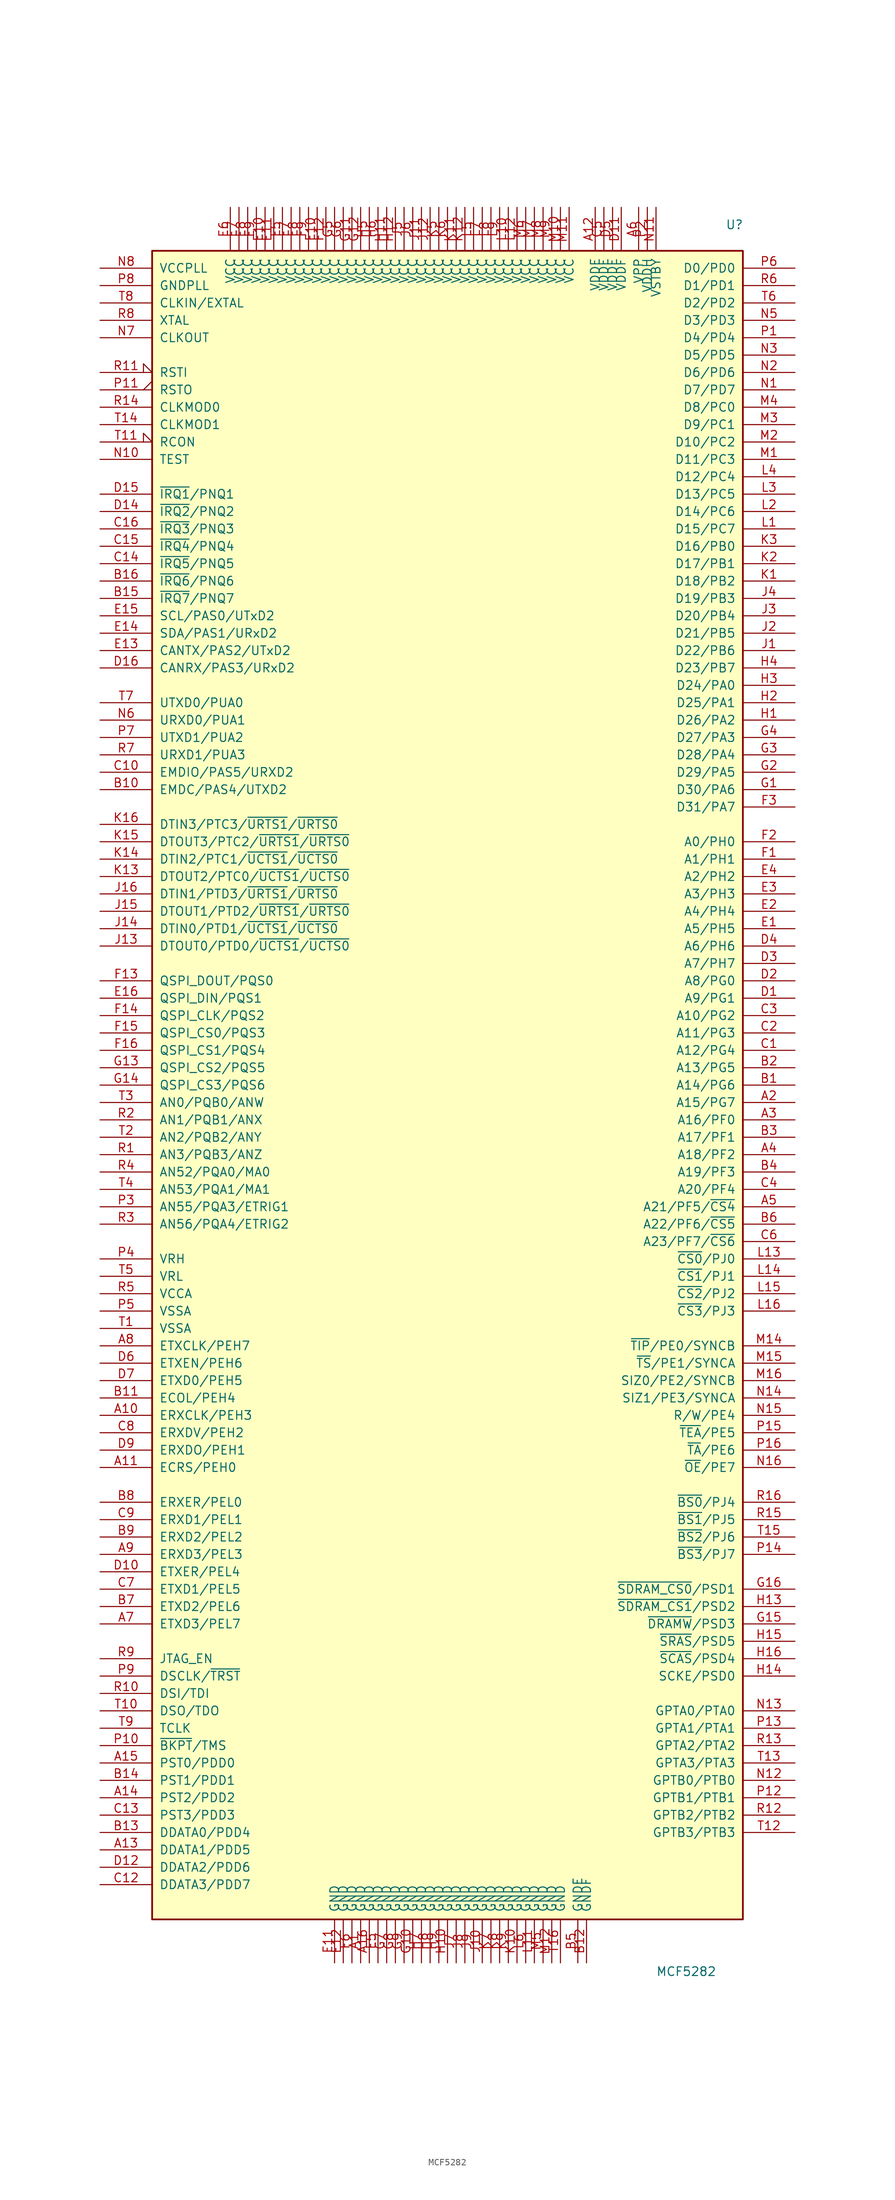
<source format=kicad_sym>
(kicad_symbol_lib
  (version 20211014)
  (generator kicad_symbol_editor)
  (symbol "MCF5282"
    (pin_names
      (offset 1.016))
    (property "Reference" "U"
      (at 40.64 125.73 0)
      (effects (font (size 1.27 1.27)) (justify left)))
    (property "Value" "MCF5282"
      (at 30.48 -129.54 0)
      (effects (font (size 1.27 1.27)) (justify left)))
    (symbol "MCF5282_0_1"
      (rectangle (start -43.18 121.92) (end 43.18 -121.92) (stroke (width 0.254) (type default) (color 0 0 0 0)) (fill (type background))))
    (symbol "MCF5282_1_1"
      (pin power_in line (at -12.7 -128.27 90) (length 6.35) (name "GND" (effects (font (size 1.27 1.27)))) (number "A1" (effects (font (size 1.27 1.27)))))
      (pin bidirectional line (at -50.8 -48.26 0) (length 7.62) (name "ERXCLK/PEH3" (effects (font (size 1.27 1.27)))) (number "A10" (effects (font (size 1.27 1.27)))))
      (pin bidirectional line (at -50.8 -55.88 0) (length 7.62) (name "ECRS/PEH0" (effects (font (size 1.27 1.27)))) (number "A11" (effects (font (size 1.27 1.27)))))
      (pin power_in line (at 21.59 128.27 270) (length 6.35) (name "VDDF" (effects (font (size 1.27 1.27)))) (number "A12" (effects (font (size 1.27 1.27)))))
      (pin output line (at -50.8 -111.76 0) (length 7.62) (name "DDATA1/PDD5" (effects (font (size 1.27 1.27)))) (number "A13" (effects (font (size 1.27 1.27)))))
      (pin output line (at -50.8 -104.14 0) (length 7.62) (name "PST2/PDD2" (effects (font (size 1.27 1.27)))) (number "A14" (effects (font (size 1.27 1.27)))))
      (pin output line (at -50.8 -99.06 0) (length 7.62) (name "PST0/PDD0" (effects (font (size 1.27 1.27)))) (number "A15" (effects (font (size 1.27 1.27)))))
      (pin power_in line (at -11.43 -128.27 90) (length 6.35) (name "GND" (effects (font (size 1.27 1.27)))) (number "A16" (effects (font (size 1.27 1.27)))))
      (pin bidirectional line (at 50.8 -2.54 180) (length 7.62) (name "A15/PG7" (effects (font (size 1.27 1.27)))) (number "A2" (effects (font (size 1.27 1.27)))))
      (pin bidirectional line (at 50.8 -5.08 180) (length 7.62) (name "A16/PF0" (effects (font (size 1.27 1.27)))) (number "A3" (effects (font (size 1.27 1.27)))))
      (pin bidirectional line (at 50.8 -10.16 180) (length 7.62) (name "A18/PF2" (effects (font (size 1.27 1.27)))) (number "A4" (effects (font (size 1.27 1.27)))))
      (pin bidirectional line (at 50.8 -17.78 180) (length 7.62) (name "A21/PF5/~{CS4}" (effects (font (size 1.27 1.27)))) (number "A5" (effects (font (size 1.27 1.27)))))
      (pin power_in line (at 27.94 128.27 270) (length 6.35) (name "VPP" (effects (font (size 1.27 1.27)))) (number "A6" (effects (font (size 1.27 1.27)))))
      (pin bidirectional line (at -50.8 -78.74 0) (length 7.62) (name "ETXD3/PEL7" (effects (font (size 1.27 1.27)))) (number "A7" (effects (font (size 1.27 1.27)))))
      (pin bidirectional line (at -50.8 -38.1 0) (length 7.62) (name "ETXCLK/PEH7" (effects (font (size 1.27 1.27)))) (number "A8" (effects (font (size 1.27 1.27)))))
      (pin bidirectional line (at -50.8 -68.58 0) (length 7.62) (name "ERXD3/PEL3" (effects (font (size 1.27 1.27)))) (number "A9" (effects (font (size 1.27 1.27)))))
      (pin bidirectional line (at 50.8 0 180) (length 7.62) (name "A14/PG6" (effects (font (size 1.27 1.27)))) (number "B1" (effects (font (size 1.27 1.27)))))
      (pin input line (at -50.8 43.18 0) (length 7.62) (name "EMDC/PAS4/UTXD2" (effects (font (size 1.27 1.27)))) (number "B10" (effects (font (size 1.27 1.27)))))
      (pin bidirectional line (at -50.8 -45.72 0) (length 7.62) (name "ECOL/PEH4" (effects (font (size 1.27 1.27)))) (number "B11" (effects (font (size 1.27 1.27)))))
      (pin power_in line (at 20.32 -128.27 90) (length 6.35) (name "GNDF" (effects (font (size 1.27 1.27)))) (number "B12" (effects (font (size 1.27 1.27)))))
      (pin output line (at -50.8 -109.22 0) (length 7.62) (name "DDATA0/PDD4" (effects (font (size 1.27 1.27)))) (number "B13" (effects (font (size 1.27 1.27)))))
      (pin output line (at -50.8 -101.6 0) (length 7.62) (name "PST1/PDD1" (effects (font (size 1.27 1.27)))) (number "B14" (effects (font (size 1.27 1.27)))))
      (pin bidirectional line (at -50.8 71.12 0) (length 7.62) (name "~{IRQ7}/PNQ7" (effects (font (size 1.27 1.27)))) (number "B15" (effects (font (size 1.27 1.27)))))
      (pin bidirectional line (at -50.8 73.66 0) (length 7.62) (name "~{IRQ6}/PNQ6" (effects (font (size 1.27 1.27)))) (number "B16" (effects (font (size 1.27 1.27)))))
      (pin bidirectional line (at 50.8 2.54 180) (length 7.62) (name "A13/PG5" (effects (font (size 1.27 1.27)))) (number "B2" (effects (font (size 1.27 1.27)))))
      (pin bidirectional line (at 50.8 -7.62 180) (length 7.62) (name "A17/PF1" (effects (font (size 1.27 1.27)))) (number "B3" (effects (font (size 1.27 1.27)))))
      (pin bidirectional line (at 50.8 -12.7 180) (length 7.62) (name "A19/PF3" (effects (font (size 1.27 1.27)))) (number "B4" (effects (font (size 1.27 1.27)))))
      (pin passive line (at 19.05 -128.27 90) (length 6.35) (name "GNDF" (effects (font (size 1.27 1.27)))) (number "B5" (effects (font (size 1.27 1.27)))))
      (pin bidirectional line (at 50.8 -20.32 180) (length 7.62) (name "A22/PF6/~{CS5}" (effects (font (size 1.27 1.27)))) (number "B6" (effects (font (size 1.27 1.27)))))
      (pin bidirectional line (at -50.8 -76.2 0) (length 7.62) (name "ETXD2/PEL6" (effects (font (size 1.27 1.27)))) (number "B7" (effects (font (size 1.27 1.27)))))
      (pin bidirectional line (at -50.8 -60.96 0) (length 7.62) (name "ERXER/PEL0" (effects (font (size 1.27 1.27)))) (number "B8" (effects (font (size 1.27 1.27)))))
      (pin bidirectional line (at -50.8 -66.04 0) (length 7.62) (name "ERXD2/PEL2" (effects (font (size 1.27 1.27)))) (number "B9" (effects (font (size 1.27 1.27)))))
      (pin bidirectional line (at 50.8 5.08 180) (length 7.62) (name "A12/PG4" (effects (font (size 1.27 1.27)))) (number "C1" (effects (font (size 1.27 1.27)))))
      (pin bidirectional line (at -50.8 45.72 0) (length 7.62) (name "EMDIO/PAS5/URXD2" (effects (font (size 1.27 1.27)))) (number "C10" (effects (font (size 1.27 1.27)))))
      (pin output line (at -50.8 -116.84 0) (length 7.62) (name "DDATA3/PDD7" (effects (font (size 1.27 1.27)))) (number "C12" (effects (font (size 1.27 1.27)))))
      (pin output line (at -50.8 -106.68 0) (length 7.62) (name "PST3/PDD3" (effects (font (size 1.27 1.27)))) (number "C13" (effects (font (size 1.27 1.27)))))
      (pin bidirectional line (at -50.8 76.2 0) (length 7.62) (name "~{IRQ5}/PNQ5" (effects (font (size 1.27 1.27)))) (number "C14" (effects (font (size 1.27 1.27)))))
      (pin bidirectional line (at -50.8 78.74 0) (length 7.62) (name "~{IRQ4}/PNQ4" (effects (font (size 1.27 1.27)))) (number "C15" (effects (font (size 1.27 1.27)))))
      (pin bidirectional line (at -50.8 81.28 0) (length 7.62) (name "~{IRQ3}/PNQ3" (effects (font (size 1.27 1.27)))) (number "C16" (effects (font (size 1.27 1.27)))))
      (pin bidirectional line (at 50.8 7.62 180) (length 7.62) (name "A11/PG3" (effects (font (size 1.27 1.27)))) (number "C2" (effects (font (size 1.27 1.27)))))
      (pin bidirectional line (at 50.8 10.16 180) (length 7.62) (name "A10/PG2" (effects (font (size 1.27 1.27)))) (number "C3" (effects (font (size 1.27 1.27)))))
      (pin bidirectional line (at 50.8 -15.24 180) (length 7.62) (name "A20/PF4" (effects (font (size 1.27 1.27)))) (number "C4" (effects (font (size 1.27 1.27)))))
      (pin power_in line (at 22.86 128.27 270) (length 6.35) (name "VDDF" (effects (font (size 1.27 1.27)))) (number "C5" (effects (font (size 1.27 1.27)))))
      (pin bidirectional line (at 50.8 -22.86 180) (length 7.62) (name "A23/PF7/~{CS6}" (effects (font (size 1.27 1.27)))) (number "C6" (effects (font (size 1.27 1.27)))))
      (pin bidirectional line (at -50.8 -73.66 0) (length 7.62) (name "ETXD1/PEL5" (effects (font (size 1.27 1.27)))) (number "C7" (effects (font (size 1.27 1.27)))))
      (pin bidirectional line (at -50.8 -50.8 0) (length 7.62) (name "ERXDV/PEH2" (effects (font (size 1.27 1.27)))) (number "C8" (effects (font (size 1.27 1.27)))))
      (pin bidirectional line (at -50.8 -63.5 0) (length 7.62) (name "ERXD1/PEL1" (effects (font (size 1.27 1.27)))) (number "C9" (effects (font (size 1.27 1.27)))))
      (pin bidirectional line (at 50.8 12.7 180) (length 7.62) (name "A9/PG1" (effects (font (size 1.27 1.27)))) (number "D1" (effects (font (size 1.27 1.27)))))
      (pin bidirectional line (at -50.8 -71.12 0) (length 7.62) (name "ETXER/PEL4" (effects (font (size 1.27 1.27)))) (number "D10" (effects (font (size 1.27 1.27)))))
      (pin power_in line (at 25.4 128.27 270) (length 6.35) (name "VDDF" (effects (font (size 1.27 1.27)))) (number "D11" (effects (font (size 1.27 1.27)))))
      (pin output line (at -50.8 -114.3 0) (length 7.62) (name "DDATA2/PDD6" (effects (font (size 1.27 1.27)))) (number "D12" (effects (font (size 1.27 1.27)))))
      (pin bidirectional line (at -50.8 83.82 0) (length 7.62) (name "~{IRQ2}/PNQ2" (effects (font (size 1.27 1.27)))) (number "D14" (effects (font (size 1.27 1.27)))))
      (pin bidirectional line (at -50.8 86.36 0) (length 7.62) (name "~{IRQ1}/PNQ1" (effects (font (size 1.27 1.27)))) (number "D15" (effects (font (size 1.27 1.27)))))
      (pin bidirectional line (at -50.8 60.96 0) (length 7.62) (name "CANRX/PAS3/URxD2" (effects (font (size 1.27 1.27)))) (number "D16" (effects (font (size 1.27 1.27)))))
      (pin bidirectional line (at 50.8 15.24 180) (length 7.62) (name "A8/PG0" (effects (font (size 1.27 1.27)))) (number "D2" (effects (font (size 1.27 1.27)))))
      (pin bidirectional line (at 50.8 17.78 180) (length 7.62) (name "A7/PH7" (effects (font (size 1.27 1.27)))) (number "D3" (effects (font (size 1.27 1.27)))))
      (pin bidirectional line (at 50.8 20.32 180) (length 7.62) (name "A6/PH6" (effects (font (size 1.27 1.27)))) (number "D4" (effects (font (size 1.27 1.27)))))
      (pin power_in line (at 24.13 128.27 270) (length 6.35) (name "VDDF" (effects (font (size 1.27 1.27)))) (number "D5" (effects (font (size 1.27 1.27)))))
      (pin bidirectional line (at -50.8 -40.64 0) (length 7.62) (name "ETXEN/PEH6" (effects (font (size 1.27 1.27)))) (number "D6" (effects (font (size 1.27 1.27)))))
      (pin bidirectional line (at -50.8 -43.18 0) (length 7.62) (name "ETXD0/PEH5" (effects (font (size 1.27 1.27)))) (number "D7" (effects (font (size 1.27 1.27)))))
      (pin bidirectional line (at -50.8 -53.34 0) (length 7.62) (name "ERXDO/PEH1" (effects (font (size 1.27 1.27)))) (number "D9" (effects (font (size 1.27 1.27)))))
      (pin bidirectional line (at 50.8 22.86 180) (length 7.62) (name "A5/PH5" (effects (font (size 1.27 1.27)))) (number "E1" (effects (font (size 1.27 1.27)))))
      (pin power_in line (at -26.67 128.27 270) (length 6.35) (name "VCC" (effects (font (size 1.27 1.27)))) (number "E10" (effects (font (size 1.27 1.27)))))
      (pin power_in line (at -25.4 128.27 270) (length 6.35) (name "VCC" (effects (font (size 1.27 1.27)))) (number "E11" (effects (font (size 1.27 1.27)))))
      (pin power_in line (at -15.24 -128.27 90) (length 6.35) (name "GND" (effects (font (size 1.27 1.27)))) (number "E12" (effects (font (size 1.27 1.27)))))
      (pin bidirectional line (at -50.8 63.5 0) (length 7.62) (name "CANTX/PAS2/UTxD2" (effects (font (size 1.27 1.27)))) (number "E13" (effects (font (size 1.27 1.27)))))
      (pin bidirectional line (at -50.8 66.04 0) (length 7.62) (name "SDA/PAS1/URxD2" (effects (font (size 1.27 1.27)))) (number "E14" (effects (font (size 1.27 1.27)))))
      (pin bidirectional line (at -50.8 68.58 0) (length 7.62) (name "SCL/PAS0/UTxD2" (effects (font (size 1.27 1.27)))) (number "E15" (effects (font (size 1.27 1.27)))))
      (pin bidirectional line (at -50.8 12.7 0) (length 7.62) (name "QSPI_DIN/PQS1" (effects (font (size 1.27 1.27)))) (number "E16" (effects (font (size 1.27 1.27)))))
      (pin bidirectional line (at 50.8 25.4 180) (length 7.62) (name "A4/PH4" (effects (font (size 1.27 1.27)))) (number "E2" (effects (font (size 1.27 1.27)))))
      (pin bidirectional line (at 50.8 27.94 180) (length 7.62) (name "A3/PH3" (effects (font (size 1.27 1.27)))) (number "E3" (effects (font (size 1.27 1.27)))))
      (pin bidirectional line (at 50.8 30.48 180) (length 7.62) (name "A2/PH2" (effects (font (size 1.27 1.27)))) (number "E4" (effects (font (size 1.27 1.27)))))
      (pin power_in line (at -10.16 -128.27 90) (length 6.35) (name "GND" (effects (font (size 1.27 1.27)))) (number "E5" (effects (font (size 1.27 1.27)))))
      (pin power_in line (at -31.75 128.27 270) (length 6.35) (name "VCC" (effects (font (size 1.27 1.27)))) (number "E6" (effects (font (size 1.27 1.27)))))
      (pin power_in line (at -30.48 128.27 270) (length 6.35) (name "VCC" (effects (font (size 1.27 1.27)))) (number "E7" (effects (font (size 1.27 1.27)))))
      (pin power_in line (at -29.21 128.27 270) (length 6.35) (name "VCC" (effects (font (size 1.27 1.27)))) (number "E8" (effects (font (size 1.27 1.27)))))
      (pin power_in line (at -27.94 128.27 270) (length 6.35) (name "VCC" (effects (font (size 1.27 1.27)))) (number "E9" (effects (font (size 1.27 1.27)))))
      (pin bidirectional line (at 50.8 33.02 180) (length 7.62) (name "A1/PH1" (effects (font (size 1.27 1.27)))) (number "F1" (effects (font (size 1.27 1.27)))))
      (pin power_in line (at -19.05 128.27 270) (length 6.35) (name "VCC" (effects (font (size 1.27 1.27)))) (number "F10" (effects (font (size 1.27 1.27)))))
      (pin power_in line (at -16.51 -128.27 90) (length 6.35) (name "GND" (effects (font (size 1.27 1.27)))) (number "F11" (effects (font (size 1.27 1.27)))))
      (pin power_in line (at -17.78 128.27 270) (length 6.35) (name "VCC" (effects (font (size 1.27 1.27)))) (number "F12" (effects (font (size 1.27 1.27)))))
      (pin bidirectional line (at -50.8 15.24 0) (length 7.62) (name "QSPI_DOUT/PQS0" (effects (font (size 1.27 1.27)))) (number "F13" (effects (font (size 1.27 1.27)))))
      (pin bidirectional line (at -50.8 10.16 0) (length 7.62) (name "QSPI_CLK/PQS2" (effects (font (size 1.27 1.27)))) (number "F14" (effects (font (size 1.27 1.27)))))
      (pin bidirectional line (at -50.8 7.62 0) (length 7.62) (name "QSPI_CS0/PQS3" (effects (font (size 1.27 1.27)))) (number "F15" (effects (font (size 1.27 1.27)))))
      (pin bidirectional line (at -50.8 5.08 0) (length 7.62) (name "QSPI_CS1/PQS4" (effects (font (size 1.27 1.27)))) (number "F16" (effects (font (size 1.27 1.27)))))
      (pin bidirectional line (at 50.8 35.56 180) (length 7.62) (name "A0/PH0" (effects (font (size 1.27 1.27)))) (number "F2" (effects (font (size 1.27 1.27)))))
      (pin bidirectional line (at 50.8 40.64 180) (length 7.62) (name "D31/PA7" (effects (font (size 1.27 1.27)))) (number "F3" (effects (font (size 1.27 1.27)))))
      (pin power_in line (at -24.13 128.27 270) (length 6.35) (name "VCC" (effects (font (size 1.27 1.27)))) (number "F5" (effects (font (size 1.27 1.27)))))
      (pin power_in line (at -13.97 -128.27 90) (length 6.35) (name "GND" (effects (font (size 1.27 1.27)))) (number "F6" (effects (font (size 1.27 1.27)))))
      (pin power_in line (at -22.86 128.27 270) (length 6.35) (name "VCC" (effects (font (size 1.27 1.27)))) (number "F7" (effects (font (size 1.27 1.27)))))
      (pin power_in line (at -21.59 128.27 270) (length 6.35) (name "VCC" (effects (font (size 1.27 1.27)))) (number "F8" (effects (font (size 1.27 1.27)))))
      (pin power_in line (at -20.32 128.27 270) (length 6.35) (name "VCC" (effects (font (size 1.27 1.27)))) (number "F9" (effects (font (size 1.27 1.27)))))
      (pin bidirectional line (at 50.8 43.18 180) (length 7.62) (name "D30/PA6" (effects (font (size 1.27 1.27)))) (number "G1" (effects (font (size 1.27 1.27)))))
      (pin power_in line (at -5.08 -128.27 90) (length 6.35) (name "GND" (effects (font (size 1.27 1.27)))) (number "G10" (effects (font (size 1.27 1.27)))))
      (pin power_in line (at -13.97 128.27 270) (length 6.35) (name "VCC" (effects (font (size 1.27 1.27)))) (number "G11" (effects (font (size 1.27 1.27)))))
      (pin power_in line (at -12.7 128.27 270) (length 6.35) (name "VCC" (effects (font (size 1.27 1.27)))) (number "G12" (effects (font (size 1.27 1.27)))))
      (pin bidirectional line (at -50.8 2.54 0) (length 7.62) (name "QSPI_CS2/PQS5" (effects (font (size 1.27 1.27)))) (number "G13" (effects (font (size 1.27 1.27)))))
      (pin bidirectional line (at -50.8 0 0) (length 7.62) (name "QSPI_CS3/PQS6" (effects (font (size 1.27 1.27)))) (number "G14" (effects (font (size 1.27 1.27)))))
      (pin bidirectional line (at 50.8 -78.74 180) (length 7.62) (name "~{DRAMW}/PSD3" (effects (font (size 1.27 1.27)))) (number "G15" (effects (font (size 1.27 1.27)))))
      (pin bidirectional line (at 50.8 -73.66 180) (length 7.62) (name "~{SDRAM_CS0}/PSD1" (effects (font (size 1.27 1.27)))) (number "G16" (effects (font (size 1.27 1.27)))))
      (pin bidirectional line (at 50.8 45.72 180) (length 7.62) (name "D29/PA5" (effects (font (size 1.27 1.27)))) (number "G2" (effects (font (size 1.27 1.27)))))
      (pin bidirectional line (at 50.8 48.26 180) (length 7.62) (name "D28/PA4" (effects (font (size 1.27 1.27)))) (number "G3" (effects (font (size 1.27 1.27)))))
      (pin bidirectional line (at 50.8 50.8 180) (length 7.62) (name "D27/PA3" (effects (font (size 1.27 1.27)))) (number "G4" (effects (font (size 1.27 1.27)))))
      (pin power_in line (at -16.51 128.27 270) (length 6.35) (name "VCC" (effects (font (size 1.27 1.27)))) (number "G5" (effects (font (size 1.27 1.27)))))
      (pin power_in line (at -15.24 128.27 270) (length 6.35) (name "VCC" (effects (font (size 1.27 1.27)))) (number "G6" (effects (font (size 1.27 1.27)))))
      (pin power_in line (at -8.89 -128.27 90) (length 6.35) (name "GND" (effects (font (size 1.27 1.27)))) (number "G7" (effects (font (size 1.27 1.27)))))
      (pin power_in line (at -7.62 -128.27 90) (length 6.35) (name "GND" (effects (font (size 1.27 1.27)))) (number "G8" (effects (font (size 1.27 1.27)))))
      (pin power_in line (at -6.35 -128.27 90) (length 6.35) (name "GND" (effects (font (size 1.27 1.27)))) (number "G9" (effects (font (size 1.27 1.27)))))
      (pin bidirectional line (at 50.8 53.34 180) (length 7.62) (name "D26/PA2" (effects (font (size 1.27 1.27)))) (number "H1" (effects (font (size 1.27 1.27)))))
      (pin power_in line (at 0 -128.27 90) (length 6.35) (name "GND" (effects (font (size 1.27 1.27)))) (number "H10" (effects (font (size 1.27 1.27)))))
      (pin power_in line (at -8.89 128.27 270) (length 6.35) (name "VCC" (effects (font (size 1.27 1.27)))) (number "H11" (effects (font (size 1.27 1.27)))))
      (pin power_in line (at -7.62 128.27 270) (length 6.35) (name "VCC" (effects (font (size 1.27 1.27)))) (number "H12" (effects (font (size 1.27 1.27)))))
      (pin output line (at 50.8 -76.2 180) (length 7.62) (name "~{SDRAM_CS1}/PSD2" (effects (font (size 1.27 1.27)))) (number "H13" (effects (font (size 1.27 1.27)))))
      (pin bidirectional line (at 50.8 -86.36 180) (length 7.62) (name "SCKE/PSD0" (effects (font (size 1.27 1.27)))) (number "H14" (effects (font (size 1.27 1.27)))))
      (pin bidirectional line (at 50.8 -81.28 180) (length 7.62) (name "~{SRAS}/PSD5" (effects (font (size 1.27 1.27)))) (number "H15" (effects (font (size 1.27 1.27)))))
      (pin bidirectional line (at 50.8 -83.82 180) (length 7.62) (name "~{SCAS}/PSD4" (effects (font (size 1.27 1.27)))) (number "H16" (effects (font (size 1.27 1.27)))))
      (pin bidirectional line (at 50.8 55.88 180) (length 7.62) (name "D25/PA1" (effects (font (size 1.27 1.27)))) (number "H2" (effects (font (size 1.27 1.27)))))
      (pin bidirectional line (at 50.8 58.42 180) (length 7.62) (name "D24/PA0" (effects (font (size 1.27 1.27)))) (number "H3" (effects (font (size 1.27 1.27)))))
      (pin bidirectional line (at 50.8 60.96 180) (length 7.62) (name "D23/PB7" (effects (font (size 1.27 1.27)))) (number "H4" (effects (font (size 1.27 1.27)))))
      (pin power_in line (at -11.43 128.27 270) (length 6.35) (name "VCC" (effects (font (size 1.27 1.27)))) (number "H5" (effects (font (size 1.27 1.27)))))
      (pin power_in line (at -10.16 128.27 270) (length 6.35) (name "VCC" (effects (font (size 1.27 1.27)))) (number "H6" (effects (font (size 1.27 1.27)))))
      (pin power_in line (at -3.81 -128.27 90) (length 6.35) (name "GND" (effects (font (size 1.27 1.27)))) (number "H7" (effects (font (size 1.27 1.27)))))
      (pin power_in line (at -2.54 -128.27 90) (length 6.35) (name "GND" (effects (font (size 1.27 1.27)))) (number "H8" (effects (font (size 1.27 1.27)))))
      (pin power_in line (at -1.27 -128.27 90) (length 6.35) (name "GND" (effects (font (size 1.27 1.27)))) (number "H9" (effects (font (size 1.27 1.27)))))
      (pin bidirectional line (at 50.8 63.5 180) (length 7.62) (name "D22/PB6" (effects (font (size 1.27 1.27)))) (number "J1" (effects (font (size 1.27 1.27)))))
      (pin power_in line (at 5.08 -128.27 90) (length 6.35) (name "GND" (effects (font (size 1.27 1.27)))) (number "J10" (effects (font (size 1.27 1.27)))))
      (pin power_in line (at -3.81 128.27 270) (length 6.35) (name "VCC" (effects (font (size 1.27 1.27)))) (number "J11" (effects (font (size 1.27 1.27)))))
      (pin power_in line (at -2.54 128.27 270) (length 6.35) (name "VCC" (effects (font (size 1.27 1.27)))) (number "J12" (effects (font (size 1.27 1.27)))))
      (pin input line (at -50.8 20.32 0) (length 7.62) (name "DTOUT0/PTD0/~{UCTS1}/~{UCTS0}" (effects (font (size 1.27 1.27)))) (number "J13" (effects (font (size 1.27 1.27)))))
      (pin bidirectional line (at -50.8 22.86 0) (length 7.62) (name "DTIN0/PTD1/~{UCTS1}/~{UCTS0}" (effects (font (size 1.27 1.27)))) (number "J14" (effects (font (size 1.27 1.27)))))
      (pin bidirectional line (at -50.8 25.4 0) (length 7.62) (name "DTOUT1/PTD2/~{URTS1}/~{URTS0}" (effects (font (size 1.27 1.27)))) (number "J15" (effects (font (size 1.27 1.27)))))
      (pin bidirectional line (at -50.8 27.94 0) (length 7.62) (name "DTIN1/PTD3/~{URTS1}/~{URTS0}" (effects (font (size 1.27 1.27)))) (number "J16" (effects (font (size 1.27 1.27)))))
      (pin bidirectional line (at 50.8 66.04 180) (length 7.62) (name "D21/PB5" (effects (font (size 1.27 1.27)))) (number "J2" (effects (font (size 1.27 1.27)))))
      (pin bidirectional line (at 50.8 68.58 180) (length 7.62) (name "D20/PB4" (effects (font (size 1.27 1.27)))) (number "J3" (effects (font (size 1.27 1.27)))))
      (pin bidirectional line (at 50.8 71.12 180) (length 7.62) (name "D19/PB3" (effects (font (size 1.27 1.27)))) (number "J4" (effects (font (size 1.27 1.27)))))
      (pin power_in line (at -6.35 128.27 270) (length 6.35) (name "VCC" (effects (font (size 1.27 1.27)))) (number "J5" (effects (font (size 1.27 1.27)))))
      (pin power_in line (at -5.08 128.27 270) (length 6.35) (name "VCC" (effects (font (size 1.27 1.27)))) (number "J6" (effects (font (size 1.27 1.27)))))
      (pin power_in line (at 1.27 -128.27 90) (length 6.35) (name "GND" (effects (font (size 1.27 1.27)))) (number "J7" (effects (font (size 1.27 1.27)))))
      (pin power_in line (at 2.54 -128.27 90) (length 6.35) (name "GND" (effects (font (size 1.27 1.27)))) (number "J8" (effects (font (size 1.27 1.27)))))
      (pin power_in line (at 3.81 -128.27 90) (length 6.35) (name "GND" (effects (font (size 1.27 1.27)))) (number "J9" (effects (font (size 1.27 1.27)))))
      (pin bidirectional line (at 50.8 73.66 180) (length 7.62) (name "D18/PB2" (effects (font (size 1.27 1.27)))) (number "K1" (effects (font (size 1.27 1.27)))))
      (pin power_in line (at 10.16 -128.27 90) (length 6.35) (name "GND" (effects (font (size 1.27 1.27)))) (number "K10" (effects (font (size 1.27 1.27)))))
      (pin power_in line (at 1.27 128.27 270) (length 6.35) (name "VCC" (effects (font (size 1.27 1.27)))) (number "K11" (effects (font (size 1.27 1.27)))))
      (pin power_in line (at 2.54 128.27 270) (length 6.35) (name "VCC" (effects (font (size 1.27 1.27)))) (number "K12" (effects (font (size 1.27 1.27)))))
      (pin bidirectional line (at -50.8 30.48 0) (length 7.62) (name "DTOUT2/PTC0/~{UCTS1}/~{UCTS0}" (effects (font (size 1.27 1.27)))) (number "K13" (effects (font (size 1.27 1.27)))))
      (pin bidirectional line (at -50.8 33.02 0) (length 7.62) (name "DTIN2/PTC1/~{UCTS1}/~{UCTS0}" (effects (font (size 1.27 1.27)))) (number "K14" (effects (font (size 1.27 1.27)))))
      (pin bidirectional line (at -50.8 35.56 0) (length 7.62) (name "DTOUT3/PTC2/~{URTS1}/~{URTS0}" (effects (font (size 1.27 1.27)))) (number "K15" (effects (font (size 1.27 1.27)))))
      (pin bidirectional line (at -50.8 38.1 0) (length 7.62) (name "DTIN3/PTC3/~{URTS1}/~{URTS0}" (effects (font (size 1.27 1.27)))) (number "K16" (effects (font (size 1.27 1.27)))))
      (pin bidirectional line (at 50.8 76.2 180) (length 7.62) (name "D17/PB1" (effects (font (size 1.27 1.27)))) (number "K2" (effects (font (size 1.27 1.27)))))
      (pin bidirectional line (at 50.8 78.74 180) (length 7.62) (name "D16/PB0" (effects (font (size 1.27 1.27)))) (number "K3" (effects (font (size 1.27 1.27)))))
      (pin power_in line (at -1.27 128.27 270) (length 6.35) (name "VCC" (effects (font (size 1.27 1.27)))) (number "K5" (effects (font (size 1.27 1.27)))))
      (pin power_in line (at 0 128.27 270) (length 6.35) (name "VCC" (effects (font (size 1.27 1.27)))) (number "K6" (effects (font (size 1.27 1.27)))))
      (pin power_in line (at 6.35 -128.27 90) (length 6.35) (name "GND" (effects (font (size 1.27 1.27)))) (number "K7" (effects (font (size 1.27 1.27)))))
      (pin power_in line (at 7.62 -128.27 90) (length 6.35) (name "GND" (effects (font (size 1.27 1.27)))) (number "K8" (effects (font (size 1.27 1.27)))))
      (pin power_in line (at 8.89 -128.27 90) (length 6.35) (name "GND" (effects (font (size 1.27 1.27)))) (number "K9" (effects (font (size 1.27 1.27)))))
      (pin bidirectional line (at 50.8 81.28 180) (length 7.62) (name "D15/PC7" (effects (font (size 1.27 1.27)))) (number "L1" (effects (font (size 1.27 1.27)))))
      (pin power_in line (at 8.89 128.27 270) (length 6.35) (name "VCC" (effects (font (size 1.27 1.27)))) (number "L10" (effects (font (size 1.27 1.27)))))
      (pin power_in line (at 12.7 -128.27 90) (length 6.35) (name "GND" (effects (font (size 1.27 1.27)))) (number "L11" (effects (font (size 1.27 1.27)))))
      (pin power_in line (at 10.16 128.27 270) (length 6.35) (name "VCC" (effects (font (size 1.27 1.27)))) (number "L12" (effects (font (size 1.27 1.27)))))
      (pin bidirectional line (at 50.8 -25.4 180) (length 7.62) (name "~{CS0}/PJ0" (effects (font (size 1.27 1.27)))) (number "L13" (effects (font (size 1.27 1.27)))))
      (pin bidirectional line (at 50.8 -27.94 180) (length 7.62) (name "~{CS1}/PJ1" (effects (font (size 1.27 1.27)))) (number "L14" (effects (font (size 1.27 1.27)))))
      (pin bidirectional line (at 50.8 -30.48 180) (length 7.62) (name "~{CS2}/PJ2" (effects (font (size 1.27 1.27)))) (number "L15" (effects (font (size 1.27 1.27)))))
      (pin bidirectional line (at 50.8 -33.02 180) (length 7.62) (name "~{CS3}/PJ3" (effects (font (size 1.27 1.27)))) (number "L16" (effects (font (size 1.27 1.27)))))
      (pin bidirectional line (at 50.8 83.82 180) (length 7.62) (name "D14/PC6" (effects (font (size 1.27 1.27)))) (number "L2" (effects (font (size 1.27 1.27)))))
      (pin bidirectional line (at 50.8 86.36 180) (length 7.62) (name "D13/PC5" (effects (font (size 1.27 1.27)))) (number "L3" (effects (font (size 1.27 1.27)))))
      (pin bidirectional line (at 50.8 88.9 180) (length 7.62) (name "D12/PC4" (effects (font (size 1.27 1.27)))) (number "L4" (effects (font (size 1.27 1.27)))))
      (pin power_in line (at 3.81 128.27 270) (length 6.35) (name "VCC" (effects (font (size 1.27 1.27)))) (number "L5" (effects (font (size 1.27 1.27)))))
      (pin power_in line (at 11.43 -128.27 90) (length 6.35) (name "GND" (effects (font (size 1.27 1.27)))) (number "L6" (effects (font (size 1.27 1.27)))))
      (pin power_in line (at 5.08 128.27 270) (length 6.35) (name "VCC" (effects (font (size 1.27 1.27)))) (number "L7" (effects (font (size 1.27 1.27)))))
      (pin power_in line (at 6.35 128.27 270) (length 6.35) (name "VCC" (effects (font (size 1.27 1.27)))) (number "L8" (effects (font (size 1.27 1.27)))))
      (pin power_in line (at 7.62 128.27 270) (length 6.35) (name "VCC" (effects (font (size 1.27 1.27)))) (number "L9" (effects (font (size 1.27 1.27)))))
      (pin bidirectional line (at 50.8 91.44 180) (length 7.62) (name "D11/PC3" (effects (font (size 1.27 1.27)))) (number "M1" (effects (font (size 1.27 1.27)))))
      (pin power_in line (at 16.51 128.27 270) (length 6.35) (name "VCC" (effects (font (size 1.27 1.27)))) (number "M10" (effects (font (size 1.27 1.27)))))
      (pin power_in line (at 17.78 128.27 270) (length 6.35) (name "VCC" (effects (font (size 1.27 1.27)))) (number "M11" (effects (font (size 1.27 1.27)))))
      (pin power_in line (at 15.24 -128.27 90) (length 6.35) (name "GND" (effects (font (size 1.27 1.27)))) (number "M12" (effects (font (size 1.27 1.27)))))
      (pin bidirectional line (at 50.8 -38.1 180) (length 7.62) (name "~{TIP}/PE0/SYNCB" (effects (font (size 1.27 1.27)))) (number "M14" (effects (font (size 1.27 1.27)))))
      (pin bidirectional line (at 50.8 -40.64 180) (length 7.62) (name "~{TS}/PE1/SYNCA" (effects (font (size 1.27 1.27)))) (number "M15" (effects (font (size 1.27 1.27)))))
      (pin bidirectional line (at 50.8 -43.18 180) (length 7.62) (name "SIZ0/PE2/SYNCB" (effects (font (size 1.27 1.27)))) (number "M16" (effects (font (size 1.27 1.27)))))
      (pin bidirectional line (at 50.8 93.98 180) (length 7.62) (name "D10/PC2" (effects (font (size 1.27 1.27)))) (number "M2" (effects (font (size 1.27 1.27)))))
      (pin bidirectional line (at 50.8 96.52 180) (length 7.62) (name "D9/PC1" (effects (font (size 1.27 1.27)))) (number "M3" (effects (font (size 1.27 1.27)))))
      (pin bidirectional line (at 50.8 99.06 180) (length 7.62) (name "D8/PC0" (effects (font (size 1.27 1.27)))) (number "M4" (effects (font (size 1.27 1.27)))))
      (pin power_in line (at 13.97 -128.27 90) (length 6.35) (name "GND" (effects (font (size 1.27 1.27)))) (number "M5" (effects (font (size 1.27 1.27)))))
      (pin power_in line (at 11.43 128.27 270) (length 6.35) (name "VCC" (effects (font (size 1.27 1.27)))) (number "M6" (effects (font (size 1.27 1.27)))))
      (pin power_in line (at 12.7 128.27 270) (length 6.35) (name "VCC" (effects (font (size 1.27 1.27)))) (number "M7" (effects (font (size 1.27 1.27)))))
      (pin power_in line (at 13.97 128.27 270) (length 6.35) (name "VCC" (effects (font (size 1.27 1.27)))) (number "M8" (effects (font (size 1.27 1.27)))))
      (pin power_in line (at 15.24 128.27 270) (length 6.35) (name "VCC" (effects (font (size 1.27 1.27)))) (number "M9" (effects (font (size 1.27 1.27)))))
      (pin bidirectional line (at 50.8 101.6 180) (length 7.62) (name "D7/PD7" (effects (font (size 1.27 1.27)))) (number "N1" (effects (font (size 1.27 1.27)))))
      (pin input line (at -50.8 91.44 0) (length 7.62) (name "TEST" (effects (font (size 1.27 1.27)))) (number "N10" (effects (font (size 1.27 1.27)))))
      (pin power_in line (at 30.48 128.27 270) (length 6.35) (name "VSTBY" (effects (font (size 1.27 1.27)))) (number "N11" (effects (font (size 1.27 1.27)))))
      (pin bidirectional line (at 50.8 -101.6 180) (length 7.62) (name "GPTB0/PTB0" (effects (font (size 1.27 1.27)))) (number "N12" (effects (font (size 1.27 1.27)))))
      (pin bidirectional line (at 50.8 -91.44 180) (length 7.62) (name "GPTA0/PTA0" (effects (font (size 1.27 1.27)))) (number "N13" (effects (font (size 1.27 1.27)))))
      (pin bidirectional line (at 50.8 -45.72 180) (length 7.62) (name "SIZ1/PE3/SYNCA" (effects (font (size 1.27 1.27)))) (number "N14" (effects (font (size 1.27 1.27)))))
      (pin bidirectional line (at 50.8 -48.26 180) (length 7.62) (name "R/W/PE4" (effects (font (size 1.27 1.27)))) (number "N15" (effects (font (size 1.27 1.27)))))
      (pin bidirectional line (at 50.8 -55.88 180) (length 7.62) (name "~{OE}/PE7" (effects (font (size 1.27 1.27)))) (number "N16" (effects (font (size 1.27 1.27)))))
      (pin bidirectional line (at 50.8 104.14 180) (length 7.62) (name "D6/PD6" (effects (font (size 1.27 1.27)))) (number "N2" (effects (font (size 1.27 1.27)))))
      (pin bidirectional line (at 50.8 106.68 180) (length 7.62) (name "D5/PD5" (effects (font (size 1.27 1.27)))) (number "N3" (effects (font (size 1.27 1.27)))))
      (pin bidirectional line (at 50.8 111.76 180) (length 7.62) (name "D3/PD3" (effects (font (size 1.27 1.27)))) (number "N5" (effects (font (size 1.27 1.27)))))
      (pin bidirectional line (at -50.8 53.34 0) (length 7.62) (name "URXD0/PUA1" (effects (font (size 1.27 1.27)))) (number "N6" (effects (font (size 1.27 1.27)))))
      (pin output line (at -50.8 109.22 0) (length 7.62) (name "CLKOUT" (effects (font (size 1.27 1.27)))) (number "N7" (effects (font (size 1.27 1.27)))))
      (pin passive line (at -50.8 119.38 0) (length 7.62) (name "VCCPLL" (effects (font (size 1.27 1.27)))) (number "N8" (effects (font (size 1.27 1.27)))))
      (pin bidirectional line (at 50.8 109.22 180) (length 7.62) (name "D4/PD4" (effects (font (size 1.27 1.27)))) (number "P1" (effects (font (size 1.27 1.27)))))
      (pin input line (at -50.8 -96.52 0) (length 7.62) (name "~{BKPT}/TMS" (effects (font (size 1.27 1.27)))) (number "P10" (effects (font (size 1.27 1.27)))))
      (pin output output_low (at -50.8 101.6 0) (length 7.62) (name "RSTO" (effects (font (size 1.27 1.27)))) (number "P11" (effects (font (size 1.27 1.27)))))
      (pin bidirectional line (at 50.8 -104.14 180) (length 7.62) (name "GPTB1/PTB1" (effects (font (size 1.27 1.27)))) (number "P12" (effects (font (size 1.27 1.27)))))
      (pin bidirectional line (at 50.8 -93.98 180) (length 7.62) (name "GPTA1/PTA1" (effects (font (size 1.27 1.27)))) (number "P13" (effects (font (size 1.27 1.27)))))
      (pin bidirectional line (at 50.8 -68.58 180) (length 7.62) (name "~{BS3}/PJ7" (effects (font (size 1.27 1.27)))) (number "P14" (effects (font (size 1.27 1.27)))))
      (pin bidirectional line (at 50.8 -50.8 180) (length 7.62) (name "~{TEA}/PE5" (effects (font (size 1.27 1.27)))) (number "P15" (effects (font (size 1.27 1.27)))))
      (pin bidirectional line (at 50.8 -53.34 180) (length 7.62) (name "~{TA}/PE6" (effects (font (size 1.27 1.27)))) (number "P16" (effects (font (size 1.27 1.27)))))
      (pin power_in line (at 29.21 128.27 270) (length 6.35) (name "VDDH" (effects (font (size 1.27 1.27)))) (number "P2" (effects (font (size 1.27 1.27)))))
      (pin bidirectional line (at -50.8 -17.78 0) (length 7.62) (name "AN55/PQA3/ETRIG1" (effects (font (size 1.27 1.27)))) (number "P3" (effects (font (size 1.27 1.27)))))
      (pin input line (at -50.8 -25.4 0) (length 7.62) (name "VRH" (effects (font (size 1.27 1.27)))) (number "P4" (effects (font (size 1.27 1.27)))))
      (pin input line (at -50.8 -33.02 0) (length 7.62) (name "VSSA" (effects (font (size 1.27 1.27)))) (number "P5" (effects (font (size 1.27 1.27)))))
      (pin bidirectional line (at 50.8 119.38 180) (length 7.62) (name "D0/PD0" (effects (font (size 1.27 1.27)))) (number "P6" (effects (font (size 1.27 1.27)))))
      (pin bidirectional line (at -50.8 50.8 0) (length 7.62) (name "UTXD1/PUA2" (effects (font (size 1.27 1.27)))) (number "P7" (effects (font (size 1.27 1.27)))))
      (pin passive line (at -50.8 116.84 0) (length 7.62) (name "GNDPLL" (effects (font (size 1.27 1.27)))) (number "P8" (effects (font (size 1.27 1.27)))))
      (pin input line (at -50.8 -86.36 0) (length 7.62) (name "DSCLK/~{TRST}" (effects (font (size 1.27 1.27)))) (number "P9" (effects (font (size 1.27 1.27)))))
      (pin bidirectional line (at -50.8 -10.16 0) (length 7.62) (name "AN3/PQB3/ANZ" (effects (font (size 1.27 1.27)))) (number "R1" (effects (font (size 1.27 1.27)))))
      (pin input line (at -50.8 -88.9 0) (length 7.62) (name "DSI/TDI" (effects (font (size 1.27 1.27)))) (number "R10" (effects (font (size 1.27 1.27)))))
      (pin input input_low (at -50.8 104.14 0) (length 7.62) (name "RSTI" (effects (font (size 1.27 1.27)))) (number "R11" (effects (font (size 1.27 1.27)))))
      (pin bidirectional line (at 50.8 -106.68 180) (length 7.62) (name "GPTB2/PTB2" (effects (font (size 1.27 1.27)))) (number "R12" (effects (font (size 1.27 1.27)))))
      (pin bidirectional line (at 50.8 -96.52 180) (length 7.62) (name "GPTA2/PTA2" (effects (font (size 1.27 1.27)))) (number "R13" (effects (font (size 1.27 1.27)))))
      (pin input line (at -50.8 99.06 0) (length 7.62) (name "CLKMOD0" (effects (font (size 1.27 1.27)))) (number "R14" (effects (font (size 1.27 1.27)))))
      (pin bidirectional line (at 50.8 -63.5 180) (length 7.62) (name "~{BS1}/PJ5" (effects (font (size 1.27 1.27)))) (number "R15" (effects (font (size 1.27 1.27)))))
      (pin bidirectional line (at 50.8 -60.96 180) (length 7.62) (name "~{BS0}/PJ4" (effects (font (size 1.27 1.27)))) (number "R16" (effects (font (size 1.27 1.27)))))
      (pin bidirectional line (at -50.8 -5.08 0) (length 7.62) (name "AN1/PQB1/ANX" (effects (font (size 1.27 1.27)))) (number "R2" (effects (font (size 1.27 1.27)))))
      (pin bidirectional line (at -50.8 -20.32 0) (length 7.62) (name "AN56/PQA4/ETRIG2" (effects (font (size 1.27 1.27)))) (number "R3" (effects (font (size 1.27 1.27)))))
      (pin bidirectional line (at -50.8 -12.7 0) (length 7.62) (name "AN52/PQA0/MA0" (effects (font (size 1.27 1.27)))) (number "R4" (effects (font (size 1.27 1.27)))))
      (pin input line (at -50.8 -30.48 0) (length 7.62) (name "VCCA" (effects (font (size 1.27 1.27)))) (number "R5" (effects (font (size 1.27 1.27)))))
      (pin bidirectional line (at 50.8 116.84 180) (length 7.62) (name "D1/PD1" (effects (font (size 1.27 1.27)))) (number "R6" (effects (font (size 1.27 1.27)))))
      (pin bidirectional line (at -50.8 48.26 0) (length 7.62) (name "URXD1/PUA3" (effects (font (size 1.27 1.27)))) (number "R7" (effects (font (size 1.27 1.27)))))
      (pin output line (at -50.8 111.76 0) (length 7.62) (name "XTAL" (effects (font (size 1.27 1.27)))) (number "R8" (effects (font (size 1.27 1.27)))))
      (pin input line (at -50.8 -83.82 0) (length 7.62) (name "JTAG_EN" (effects (font (size 1.27 1.27)))) (number "R9" (effects (font (size 1.27 1.27)))))
      (pin input line (at -50.8 -35.56 0) (length 7.62) (name "VSSA" (effects (font (size 1.27 1.27)))) (number "T1" (effects (font (size 1.27 1.27)))))
      (pin output line (at -50.8 -91.44 0) (length 7.62) (name "DSO/TDO" (effects (font (size 1.27 1.27)))) (number "T10" (effects (font (size 1.27 1.27)))))
      (pin input input_low (at -50.8 93.98 0) (length 7.62) (name "RCON" (effects (font (size 1.27 1.27)))) (number "T11" (effects (font (size 1.27 1.27)))))
      (pin bidirectional line (at 50.8 -109.22 180) (length 7.62) (name "GPTB3/PTB3" (effects (font (size 1.27 1.27)))) (number "T12" (effects (font (size 1.27 1.27)))))
      (pin bidirectional line (at 50.8 -99.06 180) (length 7.62) (name "GPTA3/PTA3" (effects (font (size 1.27 1.27)))) (number "T13" (effects (font (size 1.27 1.27)))))
      (pin input line (at -50.8 96.52 0) (length 7.62) (name "CLKMOD1" (effects (font (size 1.27 1.27)))) (number "T14" (effects (font (size 1.27 1.27)))))
      (pin bidirectional line (at 50.8 -66.04 180) (length 7.62) (name "~{BS2}/PJ6" (effects (font (size 1.27 1.27)))) (number "T15" (effects (font (size 1.27 1.27)))))
      (pin power_in line (at 16.51 -128.27 90) (length 6.35) (name "GND" (effects (font (size 1.27 1.27)))) (number "T16" (effects (font (size 1.27 1.27)))))
      (pin bidirectional line (at -50.8 -7.62 0) (length 7.62) (name "AN2/PQB2/ANY" (effects (font (size 1.27 1.27)))) (number "T2" (effects (font (size 1.27 1.27)))))
      (pin bidirectional line (at -50.8 -2.54 0) (length 7.62) (name "AN0/PQB0/ANW" (effects (font (size 1.27 1.27)))) (number "T3" (effects (font (size 1.27 1.27)))))
      (pin bidirectional line (at -50.8 -15.24 0) (length 7.62) (name "AN53/PQA1/MA1" (effects (font (size 1.27 1.27)))) (number "T4" (effects (font (size 1.27 1.27)))))
      (pin input line (at -50.8 -27.94 0) (length 7.62) (name "VRL" (effects (font (size 1.27 1.27)))) (number "T5" (effects (font (size 1.27 1.27)))))
      (pin bidirectional line (at 50.8 114.3 180) (length 7.62) (name "D2/PD2" (effects (font (size 1.27 1.27)))) (number "T6" (effects (font (size 1.27 1.27)))))
      (pin bidirectional line (at -50.8 55.88 0) (length 7.62) (name "UTXD0/PUA0" (effects (font (size 1.27 1.27)))) (number "T7" (effects (font (size 1.27 1.27)))))
      (pin input line (at -50.8 114.3 0) (length 7.62) (name "CLKIN/EXTAL" (effects (font (size 1.27 1.27)))) (number "T8" (effects (font (size 1.27 1.27)))))
      (pin input line (at -50.8 -93.98 0) (length 7.62) (name "TCLK" (effects (font (size 1.27 1.27)))) (number "T9" (effects (font (size 1.27 1.27))))))))
</source>
